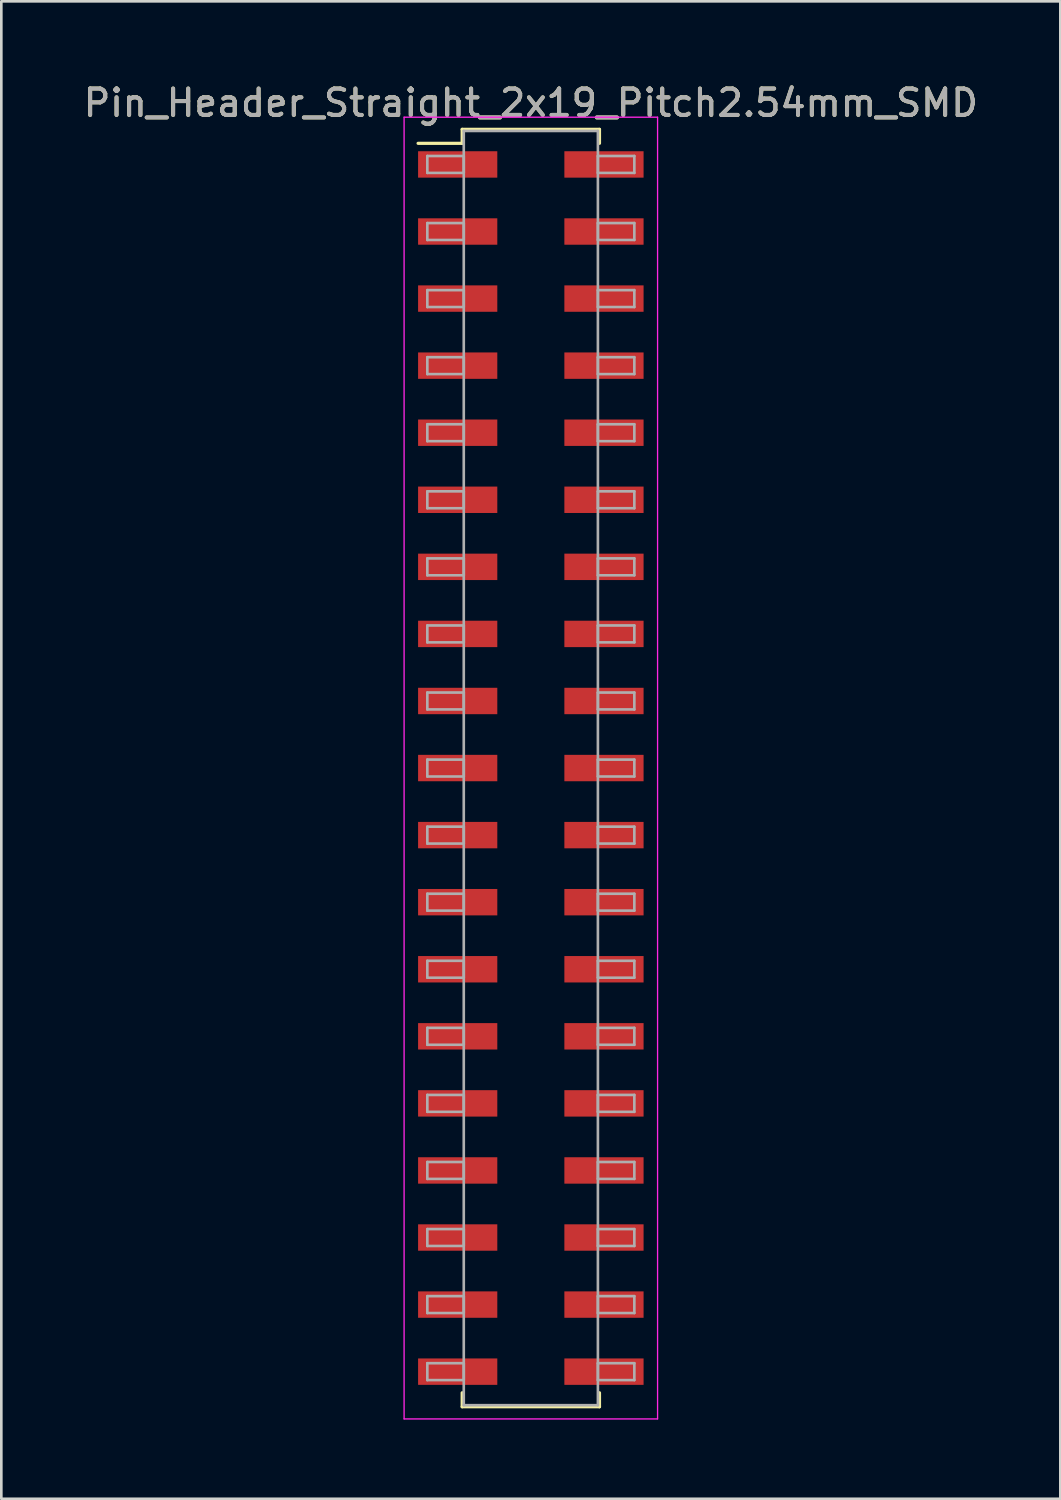
<source format=kicad_pcb>
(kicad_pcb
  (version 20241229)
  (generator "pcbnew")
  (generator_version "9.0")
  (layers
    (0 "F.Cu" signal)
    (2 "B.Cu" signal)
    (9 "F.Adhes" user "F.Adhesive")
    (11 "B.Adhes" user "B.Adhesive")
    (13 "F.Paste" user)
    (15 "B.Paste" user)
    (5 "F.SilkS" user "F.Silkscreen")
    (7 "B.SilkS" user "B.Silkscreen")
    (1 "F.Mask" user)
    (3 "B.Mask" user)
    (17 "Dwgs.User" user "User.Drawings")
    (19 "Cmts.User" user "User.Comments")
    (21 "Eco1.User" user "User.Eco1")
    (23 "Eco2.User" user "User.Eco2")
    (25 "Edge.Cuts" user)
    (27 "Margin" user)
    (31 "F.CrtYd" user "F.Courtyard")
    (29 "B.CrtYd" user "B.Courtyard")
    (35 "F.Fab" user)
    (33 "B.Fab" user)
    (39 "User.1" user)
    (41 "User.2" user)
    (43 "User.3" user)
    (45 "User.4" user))
  (footprint "Pin_Header_Straight_2x19_Pitch2.54mm_SMD"
    (layer "F.Cu")
    (at 17.054 26.038)
    (property "Reference" "Pin_Header_Straight_2x19_Pitch2.54mm_SMD" (at 0 -25.19 0) (layer "F.SilkS") (effects (font (size 1 1) (thickness 0.15))))
    (attr smd)
    (fp_line (start -4.27 -23.66) (end -2.6 -23.66) (stroke (width 0.12) (type solid)) (layer "F.SilkS"))
    (fp_line (start -2.6 -24.19) (end 2.6 -24.19) (stroke (width 0.12) (type solid)) (layer "F.SilkS"))
    (fp_line (start -2.6 -23.66) (end -2.6 -24.19) (stroke (width 0.12) (type solid)) (layer "F.SilkS"))
    (fp_line (start -2.6 23.66) (end -2.6 24.19) (stroke (width 0.12) (type solid)) (layer "F.SilkS"))
    (fp_line (start -2.6 24.19) (end 2.6 24.19) (stroke (width 0.12) (type solid)) (layer "F.SilkS"))
    (fp_line (start 2.6 -24.19) (end 2.6 -23.66) (stroke (width 0.12) (type solid)) (layer "F.SilkS"))
    (fp_line (start 2.6 24.19) (end 2.6 23.66) (stroke (width 0.12) (type solid)) (layer "F.SilkS"))
    (fp_line (start -4.8 -24.65) (end -4.8 24.65) (stroke (width 0.05) (type solid)) (layer "F.CrtYd"))
    (fp_line (start -4.8 24.65) (end 4.8 24.65) (stroke (width 0.05) (type solid)) (layer "F.CrtYd"))
    (fp_line (start 4.8 -24.65) (end -4.8 -24.65) (stroke (width 0.05) (type solid)) (layer "F.CrtYd"))
    (fp_line (start 4.8 24.65) (end 4.8 -24.65) (stroke (width 0.05) (type solid)) (layer "F.CrtYd"))
    (fp_line (start -3.92 -23.18) (end -2.54 -23.18) (stroke (width 0.1) (type solid)) (layer "F.Fab"))
    (fp_line (start -3.92 -22.54) (end -3.92 -23.18) (stroke (width 0.1) (type solid)) (layer "F.Fab"))
    (fp_line (start -3.92 -20.64) (end -2.54 -20.64) (stroke (width 0.1) (type solid)) (layer "F.Fab"))
    (fp_line (start -3.92 -20) (end -3.92 -20.64) (stroke (width 0.1) (type solid)) (layer "F.Fab"))
    (fp_line (start -3.92 -18.1) (end -2.54 -18.1) (stroke (width 0.1) (type solid)) (layer "F.Fab"))
    (fp_line (start -3.92 -17.46) (end -3.92 -18.1) (stroke (width 0.1) (type solid)) (layer "F.Fab"))
    (fp_line (start -3.92 -15.56) (end -2.54 -15.56) (stroke (width 0.1) (type solid)) (layer "F.Fab"))
    (fp_line (start -3.92 -14.92) (end -3.92 -15.56) (stroke (width 0.1) (type solid)) (layer "F.Fab"))
    (fp_line (start -3.92 -13.02) (end -2.54 -13.02) (stroke (width 0.1) (type solid)) (layer "F.Fab"))
    (fp_line (start -3.92 -12.38) (end -3.92 -13.02) (stroke (width 0.1) (type solid)) (layer "F.Fab"))
    (fp_line (start -3.92 -10.48) (end -2.54 -10.48) (stroke (width 0.1) (type solid)) (layer "F.Fab"))
    (fp_line (start -3.92 -9.84) (end -3.92 -10.48) (stroke (width 0.1) (type solid)) (layer "F.Fab"))
    (fp_line (start -3.92 -7.94) (end -2.54 -7.94) (stroke (width 0.1) (type solid)) (layer "F.Fab"))
    (fp_line (start -3.92 -7.3) (end -3.92 -7.94) (stroke (width 0.1) (type solid)) (layer "F.Fab"))
    (fp_line (start -3.92 -5.4) (end -2.54 -5.4) (stroke (width 0.1) (type solid)) (layer "F.Fab"))
    (fp_line (start -3.92 -4.76) (end -3.92 -5.4) (stroke (width 0.1) (type solid)) (layer "F.Fab"))
    (fp_line (start -3.92 -2.86) (end -2.54 -2.86) (stroke (width 0.1) (type solid)) (layer "F.Fab"))
    (fp_line (start -3.92 -2.22) (end -3.92 -2.86) (stroke (width 0.1) (type solid)) (layer "F.Fab"))
    (fp_line (start -3.92 -0.32) (end -2.54 -0.32) (stroke (width 0.1) (type solid)) (layer "F.Fab"))
    (fp_line (start -3.92 0.32) (end -3.92 -0.32) (stroke (width 0.1) (type solid)) (layer "F.Fab"))
    (fp_line (start -3.92 2.22) (end -2.54 2.22) (stroke (width 0.1) (type solid)) (layer "F.Fab"))
    (fp_line (start -3.92 2.86) (end -3.92 2.22) (stroke (width 0.1) (type solid)) (layer "F.Fab"))
    (fp_line (start -3.92 4.76) (end -2.54 4.76) (stroke (width 0.1) (type solid)) (layer "F.Fab"))
    (fp_line (start -3.92 5.4) (end -3.92 4.76) (stroke (width 0.1) (type solid)) (layer "F.Fab"))
    (fp_line (start -3.92 7.3) (end -2.54 7.3) (stroke (width 0.1) (type solid)) (layer "F.Fab"))
    (fp_line (start -3.92 7.94) (end -3.92 7.3) (stroke (width 0.1) (type solid)) (layer "F.Fab"))
    (fp_line (start -3.92 9.84) (end -2.54 9.84) (stroke (width 0.1) (type solid)) (layer "F.Fab"))
    (fp_line (start -3.92 10.48) (end -3.92 9.84) (stroke (width 0.1) (type solid)) (layer "F.Fab"))
    (fp_line (start -3.92 12.38) (end -2.54 12.38) (stroke (width 0.1) (type solid)) (layer "F.Fab"))
    (fp_line (start -3.92 13.02) (end -3.92 12.38) (stroke (width 0.1) (type solid)) (layer "F.Fab"))
    (fp_line (start -3.92 14.92) (end -2.54 14.92) (stroke (width 0.1) (type solid)) (layer "F.Fab"))
    (fp_line (start -3.92 15.56) (end -3.92 14.92) (stroke (width 0.1) (type solid)) (layer "F.Fab"))
    (fp_line (start -3.92 17.46) (end -2.54 17.46) (stroke (width 0.1) (type solid)) (layer "F.Fab"))
    (fp_line (start -3.92 18.1) (end -3.92 17.46) (stroke (width 0.1) (type solid)) (layer "F.Fab"))
    (fp_line (start -3.92 20) (end -2.54 20) (stroke (width 0.1) (type solid)) (layer "F.Fab"))
    (fp_line (start -3.92 20.64) (end -3.92 20) (stroke (width 0.1) (type solid)) (layer "F.Fab"))
    (fp_line (start -3.92 22.54) (end -2.54 22.54) (stroke (width 0.1) (type solid)) (layer "F.Fab"))
    (fp_line (start -3.92 23.18) (end -3.92 22.54) (stroke (width 0.1) (type solid)) (layer "F.Fab"))
    (fp_line (start -2.54 -24.13) (end -2.54 24.13) (stroke (width 0.1) (type solid)) (layer "F.Fab"))
    (fp_line (start -2.54 -23.18) (end -2.54 -22.54) (stroke (width 0.1) (type solid)) (layer "F.Fab"))
    (fp_line (start -2.54 -22.54) (end -3.92 -22.54) (stroke (width 0.1) (type solid)) (layer "F.Fab"))
    (fp_line (start -2.54 -20.64) (end -2.54 -20) (stroke (width 0.1) (type solid)) (layer "F.Fab"))
    (fp_line (start -2.54 -20) (end -3.92 -20) (stroke (width 0.1) (type solid)) (layer "F.Fab"))
    (fp_line (start -2.54 -18.1) (end -2.54 -17.46) (stroke (width 0.1) (type solid)) (layer "F.Fab"))
    (fp_line (start -2.54 -17.46) (end -3.92 -17.46) (stroke (width 0.1) (type solid)) (layer "F.Fab"))
    (fp_line (start -2.54 -15.56) (end -2.54 -14.92) (stroke (width 0.1) (type solid)) (layer "F.Fab"))
    (fp_line (start -2.54 -14.92) (end -3.92 -14.92) (stroke (width 0.1) (type solid)) (layer "F.Fab"))
    (fp_line (start -2.54 -13.02) (end -2.54 -12.38) (stroke (width 0.1) (type solid)) (layer "F.Fab"))
    (fp_line (start -2.54 -12.38) (end -3.92 -12.38) (stroke (width 0.1) (type solid)) (layer "F.Fab"))
    (fp_line (start -2.54 -10.48) (end -2.54 -9.84) (stroke (width 0.1) (type solid)) (layer "F.Fab"))
    (fp_line (start -2.54 -9.84) (end -3.92 -9.84) (stroke (width 0.1) (type solid)) (layer "F.Fab"))
    (fp_line (start -2.54 -7.94) (end -2.54 -7.3) (stroke (width 0.1) (type solid)) (layer "F.Fab"))
    (fp_line (start -2.54 -7.3) (end -3.92 -7.3) (stroke (width 0.1) (type solid)) (layer "F.Fab"))
    (fp_line (start -2.54 -5.4) (end -2.54 -4.76) (stroke (width 0.1) (type solid)) (layer "F.Fab"))
    (fp_line (start -2.54 -4.76) (end -3.92 -4.76) (stroke (width 0.1) (type solid)) (layer "F.Fab"))
    (fp_line (start -2.54 -2.86) (end -2.54 -2.22) (stroke (width 0.1) (type solid)) (layer "F.Fab"))
    (fp_line (start -2.54 -2.22) (end -3.92 -2.22) (stroke (width 0.1) (type solid)) (layer "F.Fab"))
    (fp_line (start -2.54 -0.32) (end -2.54 0.32) (stroke (width 0.1) (type solid)) (layer "F.Fab"))
    (fp_line (start -2.54 0.32) (end -3.92 0.32) (stroke (width 0.1) (type solid)) (layer "F.Fab"))
    (fp_line (start -2.54 2.22) (end -2.54 2.86) (stroke (width 0.1) (type solid)) (layer "F.Fab"))
    (fp_line (start -2.54 2.86) (end -3.92 2.86) (stroke (width 0.1) (type solid)) (layer "F.Fab"))
    (fp_line (start -2.54 4.76) (end -2.54 5.4) (stroke (width 0.1) (type solid)) (layer "F.Fab"))
    (fp_line (start -2.54 5.4) (end -3.92 5.4) (stroke (width 0.1) (type solid)) (layer "F.Fab"))
    (fp_line (start -2.54 7.3) (end -2.54 7.94) (stroke (width 0.1) (type solid)) (layer "F.Fab"))
    (fp_line (start -2.54 7.94) (end -3.92 7.94) (stroke (width 0.1) (type solid)) (layer "F.Fab"))
    (fp_line (start -2.54 9.84) (end -2.54 10.48) (stroke (width 0.1) (type solid)) (layer "F.Fab"))
    (fp_line (start -2.54 10.48) (end -3.92 10.48) (stroke (width 0.1) (type solid)) (layer "F.Fab"))
    (fp_line (start -2.54 12.38) (end -2.54 13.02) (stroke (width 0.1) (type solid)) (layer "F.Fab"))
    (fp_line (start -2.54 13.02) (end -3.92 13.02) (stroke (width 0.1) (type solid)) (layer "F.Fab"))
    (fp_line (start -2.54 14.92) (end -2.54 15.56) (stroke (width 0.1) (type solid)) (layer "F.Fab"))
    (fp_line (start -2.54 15.56) (end -3.92 15.56) (stroke (width 0.1) (type solid)) (layer "F.Fab"))
    (fp_line (start -2.54 17.46) (end -2.54 18.1) (stroke (width 0.1) (type solid)) (layer "F.Fab"))
    (fp_line (start -2.54 18.1) (end -3.92 18.1) (stroke (width 0.1) (type solid)) (layer "F.Fab"))
    (fp_line (start -2.54 20) (end -2.54 20.64) (stroke (width 0.1) (type solid)) (layer "F.Fab"))
    (fp_line (start -2.54 20.64) (end -3.92 20.64) (stroke (width 0.1) (type solid)) (layer "F.Fab"))
    (fp_line (start -2.54 22.54) (end -2.54 23.18) (stroke (width 0.1) (type solid)) (layer "F.Fab"))
    (fp_line (start -2.54 23.18) (end -3.92 23.18) (stroke (width 0.1) (type solid)) (layer "F.Fab"))
    (fp_line (start -2.54 24.13) (end 2.54 24.13) (stroke (width 0.1) (type solid)) (layer "F.Fab"))
    (fp_line (start 2.54 -24.13) (end -2.54 -24.13) (stroke (width 0.1) (type solid)) (layer "F.Fab"))
    (fp_line (start 2.54 -23.18) (end 2.54 -22.54) (stroke (width 0.1) (type solid)) (layer "F.Fab"))
    (fp_line (start 2.54 -22.54) (end 3.92 -22.54) (stroke (width 0.1) (type solid)) (layer "F.Fab"))
    (fp_line (start 2.54 -20.64) (end 2.54 -20) (stroke (width 0.1) (type solid)) (layer "F.Fab"))
    (fp_line (start 2.54 -20) (end 3.92 -20) (stroke (width 0.1) (type solid)) (layer "F.Fab"))
    (fp_line (start 2.54 -18.1) (end 2.54 -17.46) (stroke (width 0.1) (type solid)) (layer "F.Fab"))
    (fp_line (start 2.54 -17.46) (end 3.92 -17.46) (stroke (width 0.1) (type solid)) (layer "F.Fab"))
    (fp_line (start 2.54 -15.56) (end 2.54 -14.92) (stroke (width 0.1) (type solid)) (layer "F.Fab"))
    (fp_line (start 2.54 -14.92) (end 3.92 -14.92) (stroke (width 0.1) (type solid)) (layer "F.Fab"))
    (fp_line (start 2.54 -13.02) (end 2.54 -12.38) (stroke (width 0.1) (type solid)) (layer "F.Fab"))
    (fp_line (start 2.54 -12.38) (end 3.92 -12.38) (stroke (width 0.1) (type solid)) (layer "F.Fab"))
    (fp_line (start 2.54 -10.48) (end 2.54 -9.84) (stroke (width 0.1) (type solid)) (layer "F.Fab"))
    (fp_line (start 2.54 -9.84) (end 3.92 -9.84) (stroke (width 0.1) (type solid)) (layer "F.Fab"))
    (fp_line (start 2.54 -7.94) (end 2.54 -7.3) (stroke (width 0.1) (type solid)) (layer "F.Fab"))
    (fp_line (start 2.54 -7.3) (end 3.92 -7.3) (stroke (width 0.1) (type solid)) (layer "F.Fab"))
    (fp_line (start 2.54 -5.4) (end 2.54 -4.76) (stroke (width 0.1) (type solid)) (layer "F.Fab"))
    (fp_line (start 2.54 -4.76) (end 3.92 -4.76) (stroke (width 0.1) (type solid)) (layer "F.Fab"))
    (fp_line (start 2.54 -2.86) (end 2.54 -2.22) (stroke (width 0.1) (type solid)) (layer "F.Fab"))
    (fp_line (start 2.54 -2.22) (end 3.92 -2.22) (stroke (width 0.1) (type solid)) (layer "F.Fab"))
    (fp_line (start 2.54 -0.32) (end 2.54 0.32) (stroke (width 0.1) (type solid)) (layer "F.Fab"))
    (fp_line (start 2.54 0.32) (end 3.92 0.32) (stroke (width 0.1) (type solid)) (layer "F.Fab"))
    (fp_line (start 2.54 2.22) (end 2.54 2.86) (stroke (width 0.1) (type solid)) (layer "F.Fab"))
    (fp_line (start 2.54 2.86) (end 3.92 2.86) (stroke (width 0.1) (type solid)) (layer "F.Fab"))
    (fp_line (start 2.54 4.76) (end 2.54 5.4) (stroke (width 0.1) (type solid)) (layer "F.Fab"))
    (fp_line (start 2.54 5.4) (end 3.92 5.4) (stroke (width 0.1) (type solid)) (layer "F.Fab"))
    (fp_line (start 2.54 7.3) (end 2.54 7.94) (stroke (width 0.1) (type solid)) (layer "F.Fab"))
    (fp_line (start 2.54 7.94) (end 3.92 7.94) (stroke (width 0.1) (type solid)) (layer "F.Fab"))
    (fp_line (start 2.54 9.84) (end 2.54 10.48) (stroke (width 0.1) (type solid)) (layer "F.Fab"))
    (fp_line (start 2.54 10.48) (end 3.92 10.48) (stroke (width 0.1) (type solid)) (layer "F.Fab"))
    (fp_line (start 2.54 12.38) (end 2.54 13.02) (stroke (width 0.1) (type solid)) (layer "F.Fab"))
    (fp_line (start 2.54 13.02) (end 3.92 13.02) (stroke (width 0.1) (type solid)) (layer "F.Fab"))
    (fp_line (start 2.54 14.92) (end 2.54 15.56) (stroke (width 0.1) (type solid)) (layer "F.Fab"))
    (fp_line (start 2.54 15.56) (end 3.92 15.56) (stroke (width 0.1) (type solid)) (layer "F.Fab"))
    (fp_line (start 2.54 17.46) (end 2.54 18.1) (stroke (width 0.1) (type solid)) (layer "F.Fab"))
    (fp_line (start 2.54 18.1) (end 3.92 18.1) (stroke (width 0.1) (type solid)) (layer "F.Fab"))
    (fp_line (start 2.54 20) (end 2.54 20.64) (stroke (width 0.1) (type solid)) (layer "F.Fab"))
    (fp_line (start 2.54 20.64) (end 3.92 20.64) (stroke (width 0.1) (type solid)) (layer "F.Fab"))
    (fp_line (start 2.54 22.54) (end 2.54 23.18) (stroke (width 0.1) (type solid)) (layer "F.Fab"))
    (fp_line (start 2.54 23.18) (end 3.92 23.18) (stroke (width 0.1) (type solid)) (layer "F.Fab"))
    (fp_line (start 2.54 24.13) (end 2.54 -24.13) (stroke (width 0.1) (type solid)) (layer "F.Fab"))
    (fp_line (start 3.92 -23.18) (end 2.54 -23.18) (stroke (width 0.1) (type solid)) (layer "F.Fab"))
    (fp_line (start 3.92 -22.54) (end 3.92 -23.18) (stroke (width 0.1) (type solid)) (layer "F.Fab"))
    (fp_line (start 3.92 -20.64) (end 2.54 -20.64) (stroke (width 0.1) (type solid)) (layer "F.Fab"))
    (fp_line (start 3.92 -20) (end 3.92 -20.64) (stroke (width 0.1) (type solid)) (layer "F.Fab"))
    (fp_line (start 3.92 -18.1) (end 2.54 -18.1) (stroke (width 0.1) (type solid)) (layer "F.Fab"))
    (fp_line (start 3.92 -17.46) (end 3.92 -18.1) (stroke (width 0.1) (type solid)) (layer "F.Fab"))
    (fp_line (start 3.92 -15.56) (end 2.54 -15.56) (stroke (width 0.1) (type solid)) (layer "F.Fab"))
    (fp_line (start 3.92 -14.92) (end 3.92 -15.56) (stroke (width 0.1) (type solid)) (layer "F.Fab"))
    (fp_line (start 3.92 -13.02) (end 2.54 -13.02) (stroke (width 0.1) (type solid)) (layer "F.Fab"))
    (fp_line (start 3.92 -12.38) (end 3.92 -13.02) (stroke (width 0.1) (type solid)) (layer "F.Fab"))
    (fp_line (start 3.92 -10.48) (end 2.54 -10.48) (stroke (width 0.1) (type solid)) (layer "F.Fab"))
    (fp_line (start 3.92 -9.84) (end 3.92 -10.48) (stroke (width 0.1) (type solid)) (layer "F.Fab"))
    (fp_line (start 3.92 -7.94) (end 2.54 -7.94) (stroke (width 0.1) (type solid)) (layer "F.Fab"))
    (fp_line (start 3.92 -7.3) (end 3.92 -7.94) (stroke (width 0.1) (type solid)) (layer "F.Fab"))
    (fp_line (start 3.92 -5.4) (end 2.54 -5.4) (stroke (width 0.1) (type solid)) (layer "F.Fab"))
    (fp_line (start 3.92 -4.76) (end 3.92 -5.4) (stroke (width 0.1) (type solid)) (layer "F.Fab"))
    (fp_line (start 3.92 -2.86) (end 2.54 -2.86) (stroke (width 0.1) (type solid)) (layer "F.Fab"))
    (fp_line (start 3.92 -2.22) (end 3.92 -2.86) (stroke (width 0.1) (type solid)) (layer "F.Fab"))
    (fp_line (start 3.92 -0.32) (end 2.54 -0.32) (stroke (width 0.1) (type solid)) (layer "F.Fab"))
    (fp_line (start 3.92 0.32) (end 3.92 -0.32) (stroke (width 0.1) (type solid)) (layer "F.Fab"))
    (fp_line (start 3.92 2.22) (end 2.54 2.22) (stroke (width 0.1) (type solid)) (layer "F.Fab"))
    (fp_line (start 3.92 2.86) (end 3.92 2.22) (stroke (width 0.1) (type solid)) (layer "F.Fab"))
    (fp_line (start 3.92 4.76) (end 2.54 4.76) (stroke (width 0.1) (type solid)) (layer "F.Fab"))
    (fp_line (start 3.92 5.4) (end 3.92 4.76) (stroke (width 0.1) (type solid)) (layer "F.Fab"))
    (fp_line (start 3.92 7.3) (end 2.54 7.3) (stroke (width 0.1) (type solid)) (layer "F.Fab"))
    (fp_line (start 3.92 7.94) (end 3.92 7.3) (stroke (width 0.1) (type solid)) (layer "F.Fab"))
    (fp_line (start 3.92 9.84) (end 2.54 9.84) (stroke (width 0.1) (type solid)) (layer "F.Fab"))
    (fp_line (start 3.92 10.48) (end 3.92 9.84) (stroke (width 0.1) (type solid)) (layer "F.Fab"))
    (fp_line (start 3.92 12.38) (end 2.54 12.38) (stroke (width 0.1) (type solid)) (layer "F.Fab"))
    (fp_line (start 3.92 13.02) (end 3.92 12.38) (stroke (width 0.1) (type solid)) (layer "F.Fab"))
    (fp_line (start 3.92 14.92) (end 2.54 14.92) (stroke (width 0.1) (type solid)) (layer "F.Fab"))
    (fp_line (start 3.92 15.56) (end 3.92 14.92) (stroke (width 0.1) (type solid)) (layer "F.Fab"))
    (fp_line (start 3.92 17.46) (end 2.54 17.46) (stroke (width 0.1) (type solid)) (layer "F.Fab"))
    (fp_line (start 3.92 18.1) (end 3.92 17.46) (stroke (width 0.1) (type solid)) (layer "F.Fab"))
    (fp_line (start 3.92 20) (end 2.54 20) (stroke (width 0.1) (type solid)) (layer "F.Fab"))
    (fp_line (start 3.92 20.64) (end 3.92 20) (stroke (width 0.1) (type solid)) (layer "F.Fab"))
    (fp_line (start 3.92 22.54) (end 2.54 22.54) (stroke (width 0.1) (type solid)) (layer "F.Fab"))
    (fp_line (start 3.92 23.18) (end 3.92 22.54) (stroke (width 0.1) (type solid)) (layer "F.Fab"))
    (fp_text user "${REFERENCE}" (at 0 -25.19 0) (layer "F.Fab") (effects (font (size 1 1) (thickness 0.15))))
    (pad "1" smd rect (at -2.77 -22.86) (size 3 1) (layers "F.Cu" "F.Mask" "F.Paste"))
    (pad "2" smd rect (at 2.77 -22.86) (size 3 1) (layers "F.Cu" "F.Mask" "F.Paste"))
    (pad "3" smd rect (at -2.77 -20.32) (size 3 1) (layers "F.Cu" "F.Mask" "F.Paste"))
    (pad "4" smd rect (at 2.77 -20.32) (size 3 1) (layers "F.Cu" "F.Mask" "F.Paste"))
    (pad "5" smd rect (at -2.77 -17.78) (size 3 1) (layers "F.Cu" "F.Mask" "F.Paste"))
    (pad "6" smd rect (at 2.77 -17.78) (size 3 1) (layers "F.Cu" "F.Mask" "F.Paste"))
    (pad "7" smd rect (at -2.77 -15.24) (size 3 1) (layers "F.Cu" "F.Mask" "F.Paste"))
    (pad "8" smd rect (at 2.77 -15.24) (size 3 1) (layers "F.Cu" "F.Mask" "F.Paste"))
    (pad "9" smd rect (at -2.77 -12.7) (size 3 1) (layers "F.Cu" "F.Mask" "F.Paste"))
    (pad "10" smd rect (at 2.77 -12.7) (size 3 1) (layers "F.Cu" "F.Mask" "F.Paste"))
    (pad "11" smd rect (at -2.77 -10.16) (size 3 1) (layers "F.Cu" "F.Mask" "F.Paste"))
    (pad "12" smd rect (at 2.77 -10.16) (size 3 1) (layers "F.Cu" "F.Mask" "F.Paste"))
    (pad "13" smd rect (at -2.77 -7.62) (size 3 1) (layers "F.Cu" "F.Mask" "F.Paste"))
    (pad "14" smd rect (at 2.77 -7.62) (size 3 1) (layers "F.Cu" "F.Mask" "F.Paste"))
    (pad "15" smd rect (at -2.77 -5.08) (size 3 1) (layers "F.Cu" "F.Mask" "F.Paste"))
    (pad "16" smd rect (at 2.77 -5.08) (size 3 1) (layers "F.Cu" "F.Mask" "F.Paste"))
    (pad "17" smd rect (at -2.77 -2.54) (size 3 1) (layers "F.Cu" "F.Mask" "F.Paste"))
    (pad "18" smd rect (at 2.77 -2.54) (size 3 1) (layers "F.Cu" "F.Mask" "F.Paste"))
    (pad "19" smd rect (at -2.77 0) (size 3 1) (layers "F.Cu" "F.Mask" "F.Paste"))
    (pad "20" smd rect (at 2.77 0) (size 3 1) (layers "F.Cu" "F.Mask" "F.Paste"))
    (pad "21" smd rect (at -2.77 2.54) (size 3 1) (layers "F.Cu" "F.Mask" "F.Paste"))
    (pad "22" smd rect (at 2.77 2.54) (size 3 1) (layers "F.Cu" "F.Mask" "F.Paste"))
    (pad "23" smd rect (at -2.77 5.08) (size 3 1) (layers "F.Cu" "F.Mask" "F.Paste"))
    (pad "24" smd rect (at 2.77 5.08) (size 3 1) (layers "F.Cu" "F.Mask" "F.Paste"))
    (pad "25" smd rect (at -2.77 7.62) (size 3 1) (layers "F.Cu" "F.Mask" "F.Paste"))
    (pad "26" smd rect (at 2.77 7.62) (size 3 1) (layers "F.Cu" "F.Mask" "F.Paste"))
    (pad "27" smd rect (at -2.77 10.16) (size 3 1) (layers "F.Cu" "F.Mask" "F.Paste"))
    (pad "28" smd rect (at 2.77 10.16) (size 3 1) (layers "F.Cu" "F.Mask" "F.Paste"))
    (pad "29" smd rect (at -2.77 12.7) (size 3 1) (layers "F.Cu" "F.Mask" "F.Paste"))
    (pad "30" smd rect (at 2.77 12.7) (size 3 1) (layers "F.Cu" "F.Mask" "F.Paste"))
    (pad "31" smd rect (at -2.77 15.24) (size 3 1) (layers "F.Cu" "F.Mask" "F.Paste"))
    (pad "32" smd rect (at 2.77 15.24) (size 3 1) (layers "F.Cu" "F.Mask" "F.Paste"))
    (pad "33" smd rect (at -2.77 17.78) (size 3 1) (layers "F.Cu" "F.Mask" "F.Paste"))
    (pad "34" smd rect (at 2.77 17.78) (size 3 1) (layers "F.Cu" "F.Mask" "F.Paste"))
    (pad "35" smd rect (at -2.77 20.32) (size 3 1) (layers "F.Cu" "F.Mask" "F.Paste"))
    (pad "36" smd rect (at 2.77 20.32) (size 3 1) (layers "F.Cu" "F.Mask" "F.Paste"))
    (pad "37" smd rect (at -2.77 22.86) (size 3 1) (layers "F.Cu" "F.Mask" "F.Paste"))
    (pad "38" smd rect (at 2.77 22.86) (size 3 1) (layers "F.Cu" "F.Mask" "F.Paste")))
  (gr_rect
    (start -3 -3)
    (end 37.107 53.713)
    (stroke (width 0.1) (type default))
    (fill no)
    (layer "Edge.Cuts")))
</source>
